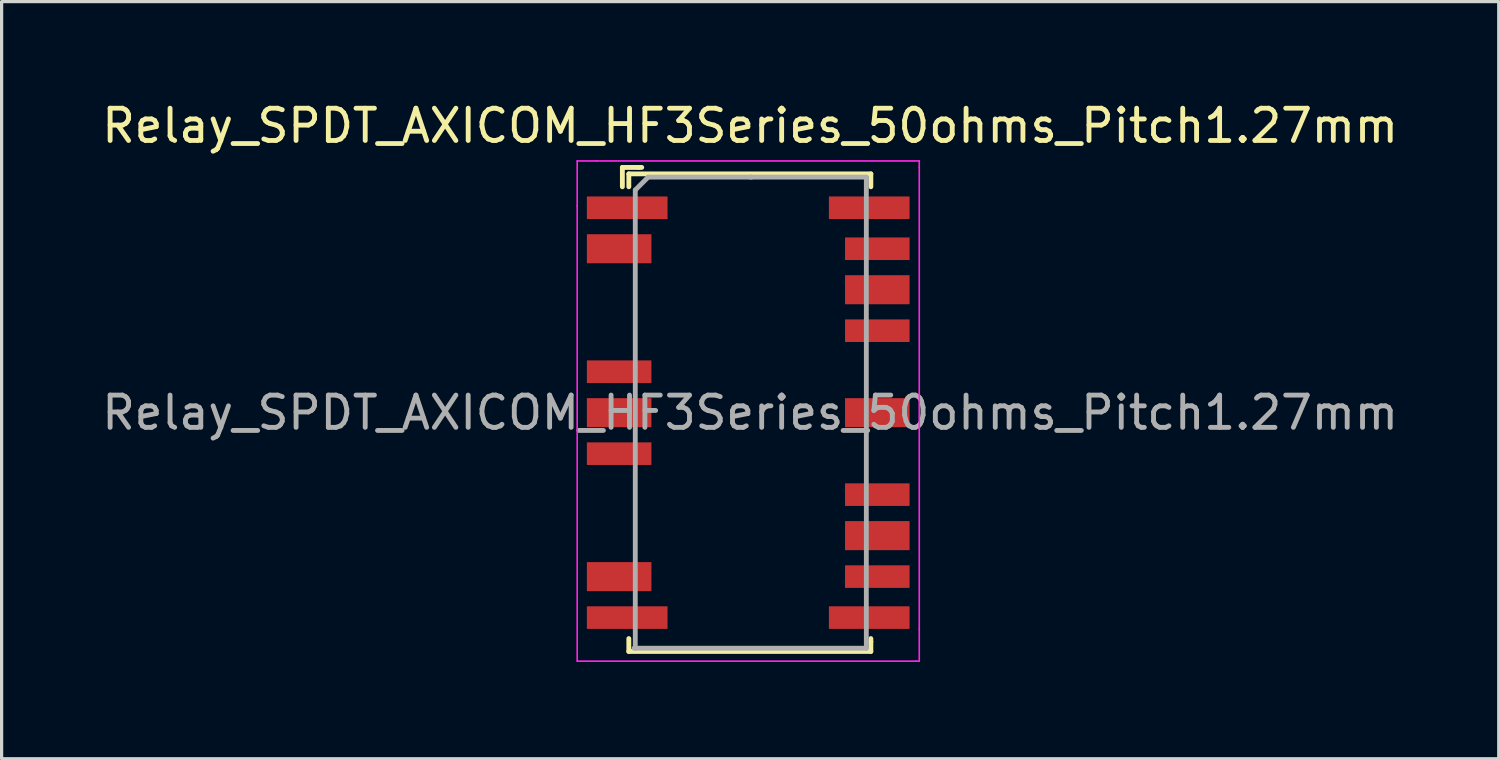
<source format=kicad_pcb>
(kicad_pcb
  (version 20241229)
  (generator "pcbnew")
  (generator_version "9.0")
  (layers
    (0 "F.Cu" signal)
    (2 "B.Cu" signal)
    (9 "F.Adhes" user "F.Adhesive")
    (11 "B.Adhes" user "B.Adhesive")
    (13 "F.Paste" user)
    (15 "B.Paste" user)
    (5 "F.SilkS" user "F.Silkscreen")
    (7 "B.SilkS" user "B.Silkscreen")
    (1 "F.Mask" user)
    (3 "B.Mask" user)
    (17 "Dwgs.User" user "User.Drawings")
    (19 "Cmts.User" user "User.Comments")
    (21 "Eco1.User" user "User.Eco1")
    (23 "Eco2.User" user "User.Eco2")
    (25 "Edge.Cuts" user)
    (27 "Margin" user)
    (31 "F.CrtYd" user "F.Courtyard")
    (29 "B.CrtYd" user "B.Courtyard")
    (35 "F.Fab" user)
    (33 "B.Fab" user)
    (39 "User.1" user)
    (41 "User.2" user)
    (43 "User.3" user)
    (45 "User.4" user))
  (footprint "Relay_SPDT_AXICOM_HF3Series_50ohms_Pitch1.27mm"
    (layer "F.Cu")
    (at 20.136 9.738)
    (property "Reference" "Relay_SPDT_AXICOM_HF3Series_50ohms_Pitch1.27mm" (at 0.06 -8.89 0) (layer "F.SilkS") (effects (font (size 1 1) (thickness 0.15))))
    (attr smd)
    (fp_line (start -3.9 -7.6) (end -3.4 -7.6) (stroke (width 0.15) (type solid)) (layer "F.SilkS"))
    (fp_line (start -3.9 -7) (end -3.9 -7.6) (stroke (width 0.15) (type solid)) (layer "F.SilkS"))
    (fp_line (start -3.7 -7.4) (end -3.7 -7) (stroke (width 0.15) (type solid)) (layer "F.SilkS"))
    (fp_line (start -3.7 7.4) (end -3.7 7) (stroke (width 0.15) (type solid)) (layer "F.SilkS"))
    (fp_line (start -3.4 -7.6) (end -3.3 -7.6) (stroke (width 0.15) (type solid)) (layer "F.SilkS"))
    (fp_line (start 3.8 -7.4) (end -3.7 -7.4) (stroke (width 0.15) (type solid)) (layer "F.SilkS"))
    (fp_line (start 3.8 -7) (end 3.8 -7.4) (stroke (width 0.15) (type solid)) (layer "F.SilkS"))
    (fp_line (start 3.8 7.1) (end 3.8 7) (stroke (width 0.15) (type solid)) (layer "F.SilkS"))
    (fp_line (start 3.8 7.1) (end 3.8 7.4) (stroke (width 0.15) (type solid)) (layer "F.SilkS"))
    (fp_line (start 3.8 7.4) (end -3.7 7.4) (stroke (width 0.15) (type solid)) (layer "F.SilkS"))
    (fp_line (start -5.3 -7.8) (end -5.3 -6.4) (stroke (width 0.05) (type solid)) (layer "F.CrtYd"))
    (fp_line (start -5.3 -6.4) (end -5.3 7.7) (stroke (width 0.05) (type solid)) (layer "F.CrtYd"))
    (fp_line (start -5.3 7.7) (end 5.2 7.7) (stroke (width 0.05) (type solid)) (layer "F.CrtYd"))
    (fp_line (start -4.7 -7.8) (end -5.3 -7.8) (stroke (width 0.05) (type solid)) (layer "F.CrtYd"))
    (fp_line (start 5.2 7.7) (end 5.3 7.7) (stroke (width 0.05) (type solid)) (layer "F.CrtYd"))
    (fp_line (start 5.3 -7.8) (end -4.7 -7.8) (stroke (width 0.05) (type solid)) (layer "F.CrtYd"))
    (fp_line (start 5.3 -7.6) (end 5.3 -7.8) (stroke (width 0.05) (type solid)) (layer "F.CrtYd"))
    (fp_line (start 5.3 6.7) (end 5.3 -7.6) (stroke (width 0.05) (type solid)) (layer "F.CrtYd"))
    (fp_line (start 5.3 7.7) (end 5.3 6.7) (stroke (width 0.05) (type solid)) (layer "F.CrtYd"))
    (fp_line (start -3.5 -6.9) (end -3.1 -7.3) (stroke (width 0.15) (type solid)) (layer "F.Fab"))
    (fp_line (start -3.5 7.3) (end -3.5 -6.9) (stroke (width 0.15) (type solid)) (layer "F.Fab"))
    (fp_line (start -3.1 -7.3) (end 0.1 -7.3) (stroke (width 0.15) (type solid)) (layer "F.Fab"))
    (fp_line (start 0.06 -7.3) (end 3.66 -7.3) (stroke (width 0.15) (type solid)) (layer "F.Fab"))
    (fp_line (start 3.66 -7.3) (end 3.66 7.3) (stroke (width 0.15) (type solid)) (layer "F.Fab"))
    (fp_line (start 3.66 7.3) (end -3.54 7.3) (stroke (width 0.15) (type solid)) (layer "F.Fab"))
    (fp_text user "${REFERENCE}" (at 0.06 0 0) (layer "F.Fab") (effects (font (size 1 1) (thickness 0.15))))
    (pad "1" smd rect (at -3.75 -6.35) (size 2.5 0.7) (layers "F.Cu" "F.Mask" "F.Paste"))
    (pad "2" smd rect (at -4 -5.08) (size 2 0.9) (layers "F.Cu" "F.Mask" "F.Paste"))
    (pad "5" smd rect (at -4 -1.27) (size 2 0.7) (layers "F.Cu" "F.Mask" "F.Paste"))
    (pad "6" smd rect (at -4 0) (size 2 0.9) (layers "F.Cu" "F.Mask" "F.Paste"))
    (pad "7" smd rect (at -4 1.27) (size 2 0.7) (layers "F.Cu" "F.Mask" "F.Paste"))
    (pad "10" smd rect (at -4 5.08) (size 2 0.9) (layers "F.Cu" "F.Mask" "F.Paste"))
    (pad "11" smd rect (at -3.75 6.35) (size 2.5 0.7) (layers "F.Cu" "F.Mask" "F.Paste"))
    (pad "12" smd rect (at 3.75 6.35) (size 2.5 0.7) (layers "F.Cu" "F.Mask" "F.Paste"))
    (pad "13" smd rect (at 4 5.08) (size 2 0.7) (layers "F.Cu" "F.Mask" "F.Paste"))
    (pad "14" smd rect (at 4 3.81) (size 2 0.9) (layers "F.Cu" "F.Mask" "F.Paste"))
    (pad "15" smd rect (at 4 2.54) (size 2 0.7) (layers "F.Cu" "F.Mask" "F.Paste"))
    (pad "17" smd rect (at 4 0) (size 2 0.9) (layers "F.Cu" "F.Mask" "F.Paste"))
    (pad "19" smd rect (at 4 -2.54) (size 2 0.7) (layers "F.Cu" "F.Mask" "F.Paste"))
    (pad "20" smd rect (at 4 -3.81) (size 2 0.9) (layers "F.Cu" "F.Mask" "F.Paste"))
    (pad "21" smd rect (at 4 -5.08) (size 2 0.7) (layers "F.Cu" "F.Mask" "F.Paste"))
    (pad "22" smd rect (at 3.75 -6.35) (size 2.5 0.7) (layers "F.Cu" "F.Mask" "F.Paste")))
  (gr_rect
    (start -3 -3)
    (end 43.393 20.463)
    (stroke (width 0.1) (type default))
    (fill no)
    (layer "Edge.Cuts")))
</source>
